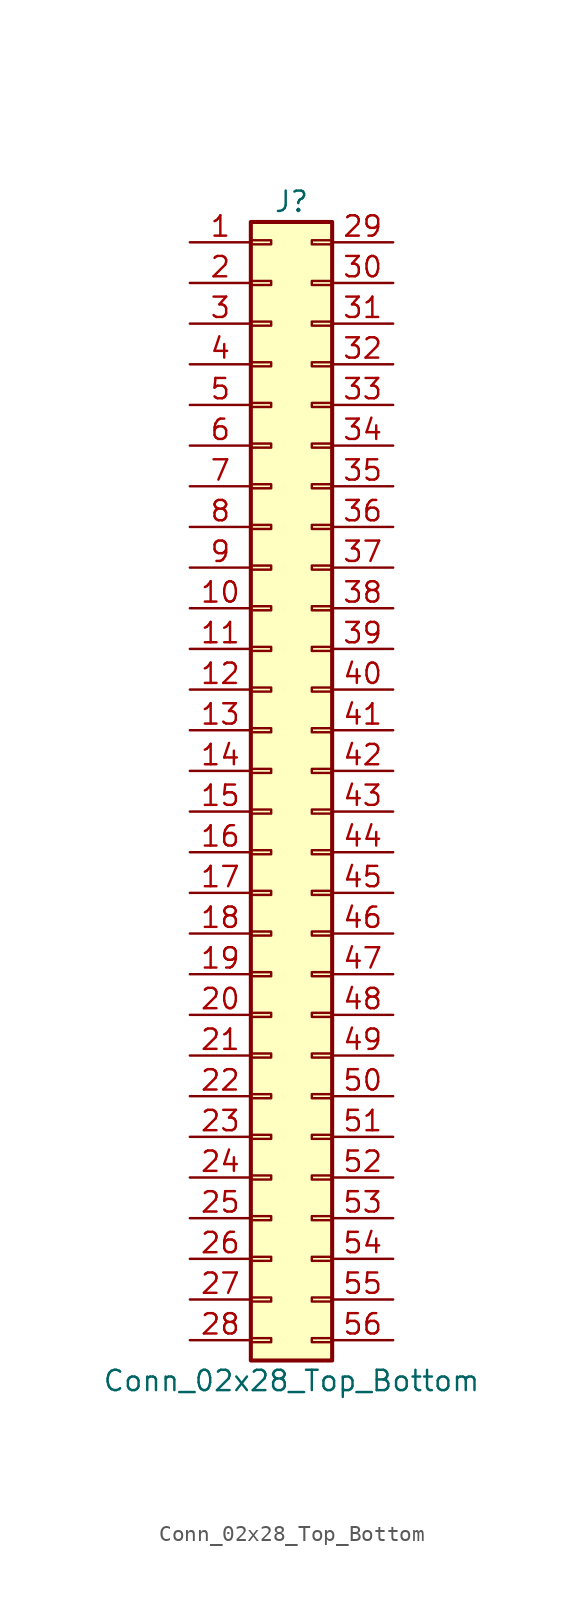
<source format=kicad_sym>
(kicad_symbol_lib
  (version 20201005)
  (generator kicad_symbol_editor)
  (symbol "Conn_02x28_Top_Bottom"
    (pin_names
      (offset 1.016) hide)
    (property "Reference" "J"
      (at 1.27 35.56 0)
      (effects (font (size 1.27 1.27))))
    (property "Value" "Conn_02x28_Top_Bottom"
      (at 1.27 -38.1 0)
      (effects (font (size 1.27 1.27))))
    (symbol "Conn_02x28_Top_Bottom_1_1"
      (rectangle (start -1.27 -35.433) (end 0 -35.687) (stroke (width 0.152)) (fill (type none)))
      (rectangle (start -1.27 -32.893) (end 0 -33.147) (stroke (width 0.152)) (fill (type none)))
      (rectangle (start -1.27 -30.353) (end 0 -30.607) (stroke (width 0.152)) (fill (type none)))
      (rectangle (start -1.27 -27.813) (end 0 -28.067) (stroke (width 0.152)) (fill (type none)))
      (rectangle (start -1.27 -25.273) (end 0 -25.527) (stroke (width 0.152)) (fill (type none)))
      (rectangle (start -1.27 -22.733) (end 0 -22.987) (stroke (width 0.152)) (fill (type none)))
      (rectangle (start -1.27 -20.193) (end 0 -20.447) (stroke (width 0.152)) (fill (type none)))
      (rectangle (start -1.27 -17.653) (end 0 -17.907) (stroke (width 0.152)) (fill (type none)))
      (rectangle (start -1.27 -15.113) (end 0 -15.367) (stroke (width 0.152)) (fill (type none)))
      (rectangle (start -1.27 -12.573) (end 0 -12.827) (stroke (width 0.152)) (fill (type none)))
      (rectangle (start -1.27 -10.033) (end 0 -10.287) (stroke (width 0.152)) (fill (type none)))
      (rectangle (start -1.27 -7.493) (end 0 -7.747) (stroke (width 0.152)) (fill (type none)))
      (rectangle (start -1.27 -4.953) (end 0 -5.207) (stroke (width 0.152)) (fill (type none)))
      (rectangle (start -1.27 -2.413) (end 0 -2.667) (stroke (width 0.152)) (fill (type none)))
      (rectangle (start -1.27 0.127) (end 0 -0.127) (stroke (width 0.152)) (fill (type none)))
      (rectangle (start -1.27 2.667) (end 0 2.413) (stroke (width 0.152)) (fill (type none)))
      (rectangle (start -1.27 5.207) (end 0 4.953) (stroke (width 0.152)) (fill (type none)))
      (rectangle (start -1.27 7.747) (end 0 7.493) (stroke (width 0.152)) (fill (type none)))
      (rectangle (start -1.27 10.287) (end 0 10.033) (stroke (width 0.152)) (fill (type none)))
      (rectangle (start -1.27 12.827) (end 0 12.573) (stroke (width 0.152)) (fill (type none)))
      (rectangle (start -1.27 15.367) (end 0 15.113) (stroke (width 0.152)) (fill (type none)))
      (rectangle (start -1.27 17.907) (end 0 17.653) (stroke (width 0.152)) (fill (type none)))
      (rectangle (start -1.27 20.447) (end 0 20.193) (stroke (width 0.152)) (fill (type none)))
      (rectangle (start -1.27 22.987) (end 0 22.733) (stroke (width 0.152)) (fill (type none)))
      (rectangle (start -1.27 25.527) (end 0 25.273) (stroke (width 0.152)) (fill (type none)))
      (rectangle (start -1.27 28.067) (end 0 27.813) (stroke (width 0.152)) (fill (type none)))
      (rectangle (start -1.27 30.607) (end 0 30.353) (stroke (width 0.152)) (fill (type none)))
      (rectangle (start -1.27 33.147) (end 0 32.893) (stroke (width 0.152)) (fill (type none)))
      (rectangle (start -1.27 34.29) (end 3.81 -36.83) (stroke (width 0.254)) (fill (type background)))
      (rectangle (start 3.81 -35.433) (end 2.54 -35.687) (stroke (width 0.152)) (fill (type none)))
      (rectangle (start 3.81 -32.893) (end 2.54 -33.147) (stroke (width 0.152)) (fill (type none)))
      (rectangle (start 3.81 -30.353) (end 2.54 -30.607) (stroke (width 0.152)) (fill (type none)))
      (rectangle (start 3.81 -27.813) (end 2.54 -28.067) (stroke (width 0.152)) (fill (type none)))
      (rectangle (start 3.81 -25.273) (end 2.54 -25.527) (stroke (width 0.152)) (fill (type none)))
      (rectangle (start 3.81 -22.733) (end 2.54 -22.987) (stroke (width 0.152)) (fill (type none)))
      (rectangle (start 3.81 -20.193) (end 2.54 -20.447) (stroke (width 0.152)) (fill (type none)))
      (rectangle (start 3.81 -17.653) (end 2.54 -17.907) (stroke (width 0.152)) (fill (type none)))
      (rectangle (start 3.81 -15.113) (end 2.54 -15.367) (stroke (width 0.152)) (fill (type none)))
      (rectangle (start 3.81 -12.573) (end 2.54 -12.827) (stroke (width 0.152)) (fill (type none)))
      (rectangle (start 3.81 -10.033) (end 2.54 -10.287) (stroke (width 0.152)) (fill (type none)))
      (rectangle (start 3.81 -7.493) (end 2.54 -7.747) (stroke (width 0.152)) (fill (type none)))
      (rectangle (start 3.81 -4.953) (end 2.54 -5.207) (stroke (width 0.152)) (fill (type none)))
      (rectangle (start 3.81 -2.413) (end 2.54 -2.667) (stroke (width 0.152)) (fill (type none)))
      (rectangle (start 3.81 0.127) (end 2.54 -0.127) (stroke (width 0.152)) (fill (type none)))
      (rectangle (start 3.81 2.667) (end 2.54 2.413) (stroke (width 0.152)) (fill (type none)))
      (rectangle (start 3.81 5.207) (end 2.54 4.953) (stroke (width 0.152)) (fill (type none)))
      (rectangle (start 3.81 7.747) (end 2.54 7.493) (stroke (width 0.152)) (fill (type none)))
      (rectangle (start 3.81 10.287) (end 2.54 10.033) (stroke (width 0.152)) (fill (type none)))
      (rectangle (start 3.81 12.827) (end 2.54 12.573) (stroke (width 0.152)) (fill (type none)))
      (rectangle (start 3.81 15.367) (end 2.54 15.113) (stroke (width 0.152)) (fill (type none)))
      (rectangle (start 3.81 17.907) (end 2.54 17.653) (stroke (width 0.152)) (fill (type none)))
      (rectangle (start 3.81 20.447) (end 2.54 20.193) (stroke (width 0.152)) (fill (type none)))
      (rectangle (start 3.81 22.987) (end 2.54 22.733) (stroke (width 0.152)) (fill (type none)))
      (rectangle (start 3.81 25.527) (end 2.54 25.273) (stroke (width 0.152)) (fill (type none)))
      (rectangle (start 3.81 28.067) (end 2.54 27.813) (stroke (width 0.152)) (fill (type none)))
      (rectangle (start 3.81 30.607) (end 2.54 30.353) (stroke (width 0.152)) (fill (type none)))
      (rectangle (start 3.81 33.147) (end 2.54 32.893) (stroke (width 0.152)) (fill (type none)))
      (pin passive line (at -5.08 33.02 0) (length 3.81) (name "Pin_1" (effects (font (size 1.27 1.27)))) (number "1" (effects (font (size 1.27 1.27)))))
      (pin passive line (at -5.08 10.16 0) (length 3.81) (name "Pin_10" (effects (font (size 1.27 1.27)))) (number "10" (effects (font (size 1.27 1.27)))))
      (pin passive line (at -5.08 7.62 0) (length 3.81) (name "Pin_11" (effects (font (size 1.27 1.27)))) (number "11" (effects (font (size 1.27 1.27)))))
      (pin passive line (at -5.08 5.08 0) (length 3.81) (name "Pin_12" (effects (font (size 1.27 1.27)))) (number "12" (effects (font (size 1.27 1.27)))))
      (pin passive line (at -5.08 2.54 0) (length 3.81) (name "Pin_13" (effects (font (size 1.27 1.27)))) (number "13" (effects (font (size 1.27 1.27)))))
      (pin passive line (at -5.08 0 0) (length 3.81) (name "Pin_14" (effects (font (size 1.27 1.27)))) (number "14" (effects (font (size 1.27 1.27)))))
      (pin passive line (at -5.08 -2.54 0) (length 3.81) (name "Pin_15" (effects (font (size 1.27 1.27)))) (number "15" (effects (font (size 1.27 1.27)))))
      (pin passive line (at -5.08 -5.08 0) (length 3.81) (name "Pin_16" (effects (font (size 1.27 1.27)))) (number "16" (effects (font (size 1.27 1.27)))))
      (pin passive line (at -5.08 -7.62 0) (length 3.81) (name "Pin_17" (effects (font (size 1.27 1.27)))) (number "17" (effects (font (size 1.27 1.27)))))
      (pin passive line (at -5.08 -10.16 0) (length 3.81) (name "Pin_18" (effects (font (size 1.27 1.27)))) (number "18" (effects (font (size 1.27 1.27)))))
      (pin passive line (at -5.08 -12.7 0) (length 3.81) (name "Pin_19" (effects (font (size 1.27 1.27)))) (number "19" (effects (font (size 1.27 1.27)))))
      (pin passive line (at -5.08 30.48 0) (length 3.81) (name "Pin_2" (effects (font (size 1.27 1.27)))) (number "2" (effects (font (size 1.27 1.27)))))
      (pin passive line (at -5.08 -15.24 0) (length 3.81) (name "Pin_20" (effects (font (size 1.27 1.27)))) (number "20" (effects (font (size 1.27 1.27)))))
      (pin passive line (at -5.08 -17.78 0) (length 3.81) (name "Pin_21" (effects (font (size 1.27 1.27)))) (number "21" (effects (font (size 1.27 1.27)))))
      (pin passive line (at -5.08 -20.32 0) (length 3.81) (name "Pin_22" (effects (font (size 1.27 1.27)))) (number "22" (effects (font (size 1.27 1.27)))))
      (pin passive line (at -5.08 -22.86 0) (length 3.81) (name "Pin_23" (effects (font (size 1.27 1.27)))) (number "23" (effects (font (size 1.27 1.27)))))
      (pin passive line (at -5.08 -25.4 0) (length 3.81) (name "Pin_24" (effects (font (size 1.27 1.27)))) (number "24" (effects (font (size 1.27 1.27)))))
      (pin passive line (at -5.08 -27.94 0) (length 3.81) (name "Pin_25" (effects (font (size 1.27 1.27)))) (number "25" (effects (font (size 1.27 1.27)))))
      (pin passive line (at -5.08 -30.48 0) (length 3.81) (name "Pin_26" (effects (font (size 1.27 1.27)))) (number "26" (effects (font (size 1.27 1.27)))))
      (pin passive line (at -5.08 -33.02 0) (length 3.81) (name "Pin_27" (effects (font (size 1.27 1.27)))) (number "27" (effects (font (size 1.27 1.27)))))
      (pin passive line (at -5.08 -35.56 0) (length 3.81) (name "Pin_28" (effects (font (size 1.27 1.27)))) (number "28" (effects (font (size 1.27 1.27)))))
      (pin passive line (at 7.62 33.02 180) (length 3.81) (name "Pin_29" (effects (font (size 1.27 1.27)))) (number "29" (effects (font (size 1.27 1.27)))))
      (pin passive line (at -5.08 27.94 0) (length 3.81) (name "Pin_3" (effects (font (size 1.27 1.27)))) (number "3" (effects (font (size 1.27 1.27)))))
      (pin passive line (at 7.62 30.48 180) (length 3.81) (name "Pin_30" (effects (font (size 1.27 1.27)))) (number "30" (effects (font (size 1.27 1.27)))))
      (pin passive line (at 7.62 27.94 180) (length 3.81) (name "Pin_31" (effects (font (size 1.27 1.27)))) (number "31" (effects (font (size 1.27 1.27)))))
      (pin passive line (at 7.62 25.4 180) (length 3.81) (name "Pin_32" (effects (font (size 1.27 1.27)))) (number "32" (effects (font (size 1.27 1.27)))))
      (pin passive line (at 7.62 22.86 180) (length 3.81) (name "Pin_33" (effects (font (size 1.27 1.27)))) (number "33" (effects (font (size 1.27 1.27)))))
      (pin passive line (at 7.62 20.32 180) (length 3.81) (name "Pin_34" (effects (font (size 1.27 1.27)))) (number "34" (effects (font (size 1.27 1.27)))))
      (pin passive line (at 7.62 17.78 180) (length 3.81) (name "Pin_35" (effects (font (size 1.27 1.27)))) (number "35" (effects (font (size 1.27 1.27)))))
      (pin passive line (at 7.62 15.24 180) (length 3.81) (name "Pin_36" (effects (font (size 1.27 1.27)))) (number "36" (effects (font (size 1.27 1.27)))))
      (pin passive line (at 7.62 12.7 180) (length 3.81) (name "Pin_37" (effects (font (size 1.27 1.27)))) (number "37" (effects (font (size 1.27 1.27)))))
      (pin passive line (at 7.62 10.16 180) (length 3.81) (name "Pin_38" (effects (font (size 1.27 1.27)))) (number "38" (effects (font (size 1.27 1.27)))))
      (pin passive line (at 7.62 7.62 180) (length 3.81) (name "Pin_39" (effects (font (size 1.27 1.27)))) (number "39" (effects (font (size 1.27 1.27)))))
      (pin passive line (at -5.08 25.4 0) (length 3.81) (name "Pin_4" (effects (font (size 1.27 1.27)))) (number "4" (effects (font (size 1.27 1.27)))))
      (pin passive line (at 7.62 5.08 180) (length 3.81) (name "Pin_40" (effects (font (size 1.27 1.27)))) (number "40" (effects (font (size 1.27 1.27)))))
      (pin passive line (at 7.62 2.54 180) (length 3.81) (name "Pin_41" (effects (font (size 1.27 1.27)))) (number "41" (effects (font (size 1.27 1.27)))))
      (pin passive line (at 7.62 0 180) (length 3.81) (name "Pin_42" (effects (font (size 1.27 1.27)))) (number "42" (effects (font (size 1.27 1.27)))))
      (pin passive line (at 7.62 -2.54 180) (length 3.81) (name "Pin_43" (effects (font (size 1.27 1.27)))) (number "43" (effects (font (size 1.27 1.27)))))
      (pin passive line (at 7.62 -5.08 180) (length 3.81) (name "Pin_44" (effects (font (size 1.27 1.27)))) (number "44" (effects (font (size 1.27 1.27)))))
      (pin passive line (at 7.62 -7.62 180) (length 3.81) (name "Pin_45" (effects (font (size 1.27 1.27)))) (number "45" (effects (font (size 1.27 1.27)))))
      (pin passive line (at 7.62 -10.16 180) (length 3.81) (name "Pin_46" (effects (font (size 1.27 1.27)))) (number "46" (effects (font (size 1.27 1.27)))))
      (pin passive line (at 7.62 -12.7 180) (length 3.81) (name "Pin_47" (effects (font (size 1.27 1.27)))) (number "47" (effects (font (size 1.27 1.27)))))
      (pin passive line (at 7.62 -15.24 180) (length 3.81) (name "Pin_48" (effects (font (size 1.27 1.27)))) (number "48" (effects (font (size 1.27 1.27)))))
      (pin passive line (at 7.62 -17.78 180) (length 3.81) (name "Pin_49" (effects (font (size 1.27 1.27)))) (number "49" (effects (font (size 1.27 1.27)))))
      (pin passive line (at -5.08 22.86 0) (length 3.81) (name "Pin_5" (effects (font (size 1.27 1.27)))) (number "5" (effects (font (size 1.27 1.27)))))
      (pin passive line (at 7.62 -20.32 180) (length 3.81) (name "Pin_50" (effects (font (size 1.27 1.27)))) (number "50" (effects (font (size 1.27 1.27)))))
      (pin passive line (at 7.62 -22.86 180) (length 3.81) (name "Pin_51" (effects (font (size 1.27 1.27)))) (number "51" (effects (font (size 1.27 1.27)))))
      (pin passive line (at 7.62 -25.4 180) (length 3.81) (name "Pin_52" (effects (font (size 1.27 1.27)))) (number "52" (effects (font (size 1.27 1.27)))))
      (pin passive line (at 7.62 -27.94 180) (length 3.81) (name "Pin_53" (effects (font (size 1.27 1.27)))) (number "53" (effects (font (size 1.27 1.27)))))
      (pin passive line (at 7.62 -30.48 180) (length 3.81) (name "Pin_54" (effects (font (size 1.27 1.27)))) (number "54" (effects (font (size 1.27 1.27)))))
      (pin passive line (at 7.62 -33.02 180) (length 3.81) (name "Pin_55" (effects (font (size 1.27 1.27)))) (number "55" (effects (font (size 1.27 1.27)))))
      (pin passive line (at 7.62 -35.56 180) (length 3.81) (name "Pin_56" (effects (font (size 1.27 1.27)))) (number "56" (effects (font (size 1.27 1.27)))))
      (pin passive line (at -5.08 20.32 0) (length 3.81) (name "Pin_6" (effects (font (size 1.27 1.27)))) (number "6" (effects (font (size 1.27 1.27)))))
      (pin passive line (at -5.08 17.78 0) (length 3.81) (name "Pin_7" (effects (font (size 1.27 1.27)))) (number "7" (effects (font (size 1.27 1.27)))))
      (pin passive line (at -5.08 15.24 0) (length 3.81) (name "Pin_8" (effects (font (size 1.27 1.27)))) (number "8" (effects (font (size 1.27 1.27)))))
      (pin passive line (at -5.08 12.7 0) (length 3.81) (name "Pin_9" (effects (font (size 1.27 1.27)))) (number "9" (effects (font (size 1.27 1.27))))))))
</source>
